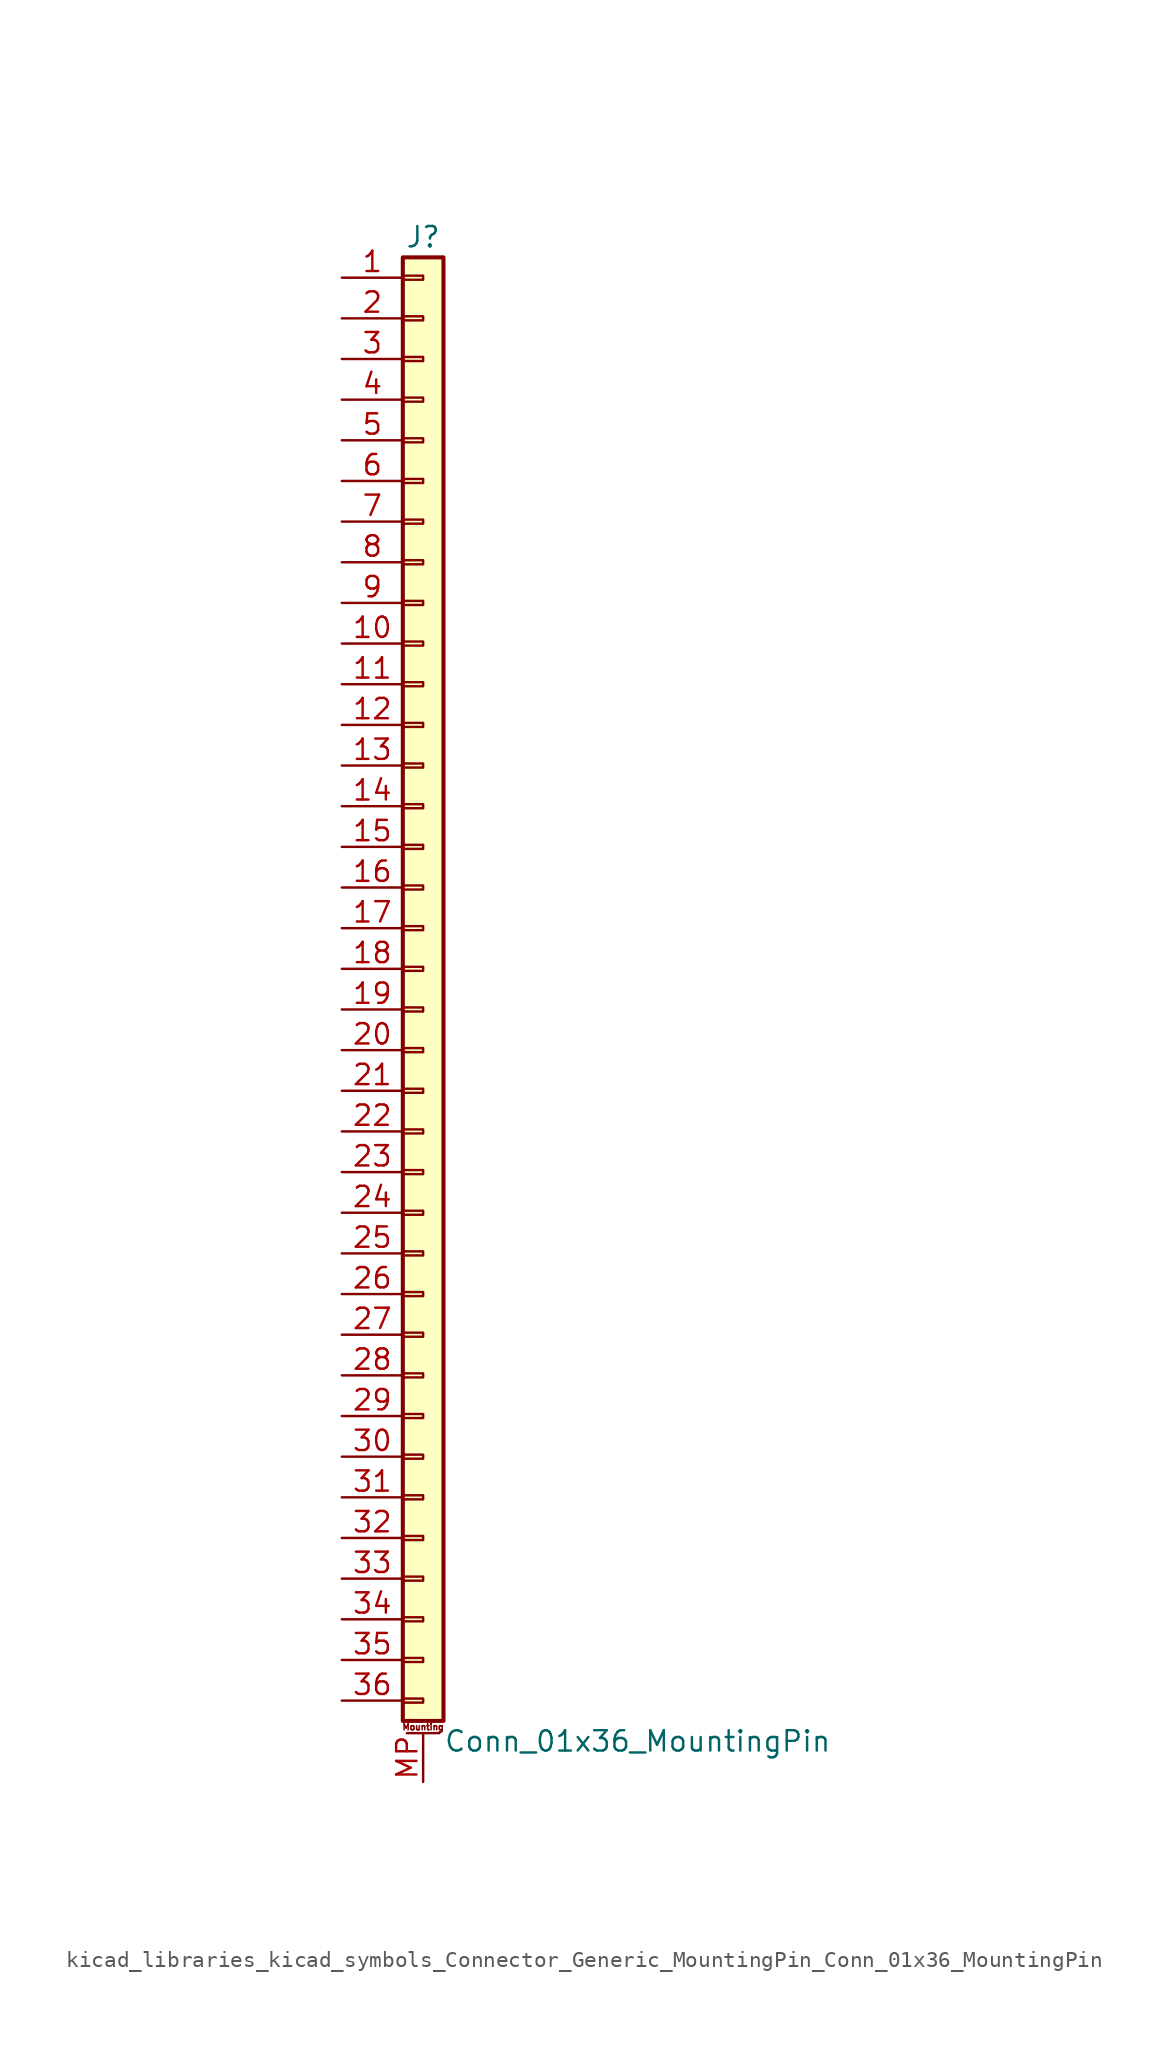
<source format=kicad_sym>
(kicad_symbol_lib
  (version 20220914)
  (generator kicad_symbol_editor)
  (symbol "kicad_libraries_kicad_symbols_Connector_Generic_MountingPin_Conn_01x36_MountingPin"
    (pin_names
      (offset 1.016) hide)
    (property "Reference" "J"
      (at 0 45.72 0)
      (effects (font (size 1.27 1.27))))
    (property "Value" "Conn_01x36_MountingPin"
      (at 1.27 -48.26 0)
      (effects (font (size 1.27 1.27)) (justify left)))
    (symbol "kicad_libraries_kicad_symbols_Connector_Generic_MountingPin_Conn_01x36_MountingPin_1_1"
      (rectangle (start -1.27 -45.593) (end 0 -45.847) (stroke (width 0.152) (type default)) (fill (type none)))
      (rectangle (start -1.27 -43.053) (end 0 -43.307) (stroke (width 0.152) (type default)) (fill (type none)))
      (rectangle (start -1.27 -40.513) (end 0 -40.767) (stroke (width 0.152) (type default)) (fill (type none)))
      (rectangle (start -1.27 -37.973) (end 0 -38.227) (stroke (width 0.152) (type default)) (fill (type none)))
      (rectangle (start -1.27 -35.433) (end 0 -35.687) (stroke (width 0.152) (type default)) (fill (type none)))
      (rectangle (start -1.27 -32.893) (end 0 -33.147) (stroke (width 0.152) (type default)) (fill (type none)))
      (rectangle (start -1.27 -30.353) (end 0 -30.607) (stroke (width 0.152) (type default)) (fill (type none)))
      (rectangle (start -1.27 -27.813) (end 0 -28.067) (stroke (width 0.152) (type default)) (fill (type none)))
      (rectangle (start -1.27 -25.273) (end 0 -25.527) (stroke (width 0.152) (type default)) (fill (type none)))
      (rectangle (start -1.27 -22.733) (end 0 -22.987) (stroke (width 0.152) (type default)) (fill (type none)))
      (rectangle (start -1.27 -20.193) (end 0 -20.447) (stroke (width 0.152) (type default)) (fill (type none)))
      (rectangle (start -1.27 -17.653) (end 0 -17.907) (stroke (width 0.152) (type default)) (fill (type none)))
      (rectangle (start -1.27 -15.113) (end 0 -15.367) (stroke (width 0.152) (type default)) (fill (type none)))
      (rectangle (start -1.27 -12.573) (end 0 -12.827) (stroke (width 0.152) (type default)) (fill (type none)))
      (rectangle (start -1.27 -10.033) (end 0 -10.287) (stroke (width 0.152) (type default)) (fill (type none)))
      (rectangle (start -1.27 -7.493) (end 0 -7.747) (stroke (width 0.152) (type default)) (fill (type none)))
      (rectangle (start -1.27 -4.953) (end 0 -5.207) (stroke (width 0.152) (type default)) (fill (type none)))
      (rectangle (start -1.27 -2.413) (end 0 -2.667) (stroke (width 0.152) (type default)) (fill (type none)))
      (rectangle (start -1.27 0.127) (end 0 -0.127) (stroke (width 0.152) (type default)) (fill (type none)))
      (rectangle (start -1.27 2.667) (end 0 2.413) (stroke (width 0.152) (type default)) (fill (type none)))
      (rectangle (start -1.27 5.207) (end 0 4.953) (stroke (width 0.152) (type default)) (fill (type none)))
      (rectangle (start -1.27 7.747) (end 0 7.493) (stroke (width 0.152) (type default)) (fill (type none)))
      (rectangle (start -1.27 10.287) (end 0 10.033) (stroke (width 0.152) (type default)) (fill (type none)))
      (rectangle (start -1.27 12.827) (end 0 12.573) (stroke (width 0.152) (type default)) (fill (type none)))
      (rectangle (start -1.27 15.367) (end 0 15.113) (stroke (width 0.152) (type default)) (fill (type none)))
      (rectangle (start -1.27 17.907) (end 0 17.653) (stroke (width 0.152) (type default)) (fill (type none)))
      (rectangle (start -1.27 20.447) (end 0 20.193) (stroke (width 0.152) (type default)) (fill (type none)))
      (rectangle (start -1.27 22.987) (end 0 22.733) (stroke (width 0.152) (type default)) (fill (type none)))
      (rectangle (start -1.27 25.527) (end 0 25.273) (stroke (width 0.152) (type default)) (fill (type none)))
      (rectangle (start -1.27 28.067) (end 0 27.813) (stroke (width 0.152) (type default)) (fill (type none)))
      (rectangle (start -1.27 30.607) (end 0 30.353) (stroke (width 0.152) (type default)) (fill (type none)))
      (rectangle (start -1.27 33.147) (end 0 32.893) (stroke (width 0.152) (type default)) (fill (type none)))
      (rectangle (start -1.27 35.687) (end 0 35.433) (stroke (width 0.152) (type default)) (fill (type none)))
      (rectangle (start -1.27 38.227) (end 0 37.973) (stroke (width 0.152) (type default)) (fill (type none)))
      (rectangle (start -1.27 40.767) (end 0 40.513) (stroke (width 0.152) (type default)) (fill (type none)))
      (rectangle (start -1.27 43.307) (end 0 43.053) (stroke (width 0.152) (type default)) (fill (type none)))
      (rectangle (start -1.27 44.45) (end 1.27 -46.99) (stroke (width 0.254) (type default)) (fill (type background)))
      (polyline (pts (xy -1.016 -47.752) (xy 1.016 -47.752)) (stroke (width 0.152) (type default)) (fill (type none)))
      (text "Mounting" (at 0 -47.371 0) (effects (font (size 0.381 0.381))))
      (pin passive line (at -5.08 43.18 0) (length 3.81) (name "Pin_1" (effects (font (size 1.27 1.27)))) (number "1" (effects (font (size 1.27 1.27)))))
      (pin passive line (at -5.08 20.32 0) (length 3.81) (name "Pin_10" (effects (font (size 1.27 1.27)))) (number "10" (effects (font (size 1.27 1.27)))))
      (pin passive line (at -5.08 17.78 0) (length 3.81) (name "Pin_11" (effects (font (size 1.27 1.27)))) (number "11" (effects (font (size 1.27 1.27)))))
      (pin passive line (at -5.08 15.24 0) (length 3.81) (name "Pin_12" (effects (font (size 1.27 1.27)))) (number "12" (effects (font (size 1.27 1.27)))))
      (pin passive line (at -5.08 12.7 0) (length 3.81) (name "Pin_13" (effects (font (size 1.27 1.27)))) (number "13" (effects (font (size 1.27 1.27)))))
      (pin passive line (at -5.08 10.16 0) (length 3.81) (name "Pin_14" (effects (font (size 1.27 1.27)))) (number "14" (effects (font (size 1.27 1.27)))))
      (pin passive line (at -5.08 7.62 0) (length 3.81) (name "Pin_15" (effects (font (size 1.27 1.27)))) (number "15" (effects (font (size 1.27 1.27)))))
      (pin passive line (at -5.08 5.08 0) (length 3.81) (name "Pin_16" (effects (font (size 1.27 1.27)))) (number "16" (effects (font (size 1.27 1.27)))))
      (pin passive line (at -5.08 2.54 0) (length 3.81) (name "Pin_17" (effects (font (size 1.27 1.27)))) (number "17" (effects (font (size 1.27 1.27)))))
      (pin passive line (at -5.08 0 0) (length 3.81) (name "Pin_18" (effects (font (size 1.27 1.27)))) (number "18" (effects (font (size 1.27 1.27)))))
      (pin passive line (at -5.08 -2.54 0) (length 3.81) (name "Pin_19" (effects (font (size 1.27 1.27)))) (number "19" (effects (font (size 1.27 1.27)))))
      (pin passive line (at -5.08 40.64 0) (length 3.81) (name "Pin_2" (effects (font (size 1.27 1.27)))) (number "2" (effects (font (size 1.27 1.27)))))
      (pin passive line (at -5.08 -5.08 0) (length 3.81) (name "Pin_20" (effects (font (size 1.27 1.27)))) (number "20" (effects (font (size 1.27 1.27)))))
      (pin passive line (at -5.08 -7.62 0) (length 3.81) (name "Pin_21" (effects (font (size 1.27 1.27)))) (number "21" (effects (font (size 1.27 1.27)))))
      (pin passive line (at -5.08 -10.16 0) (length 3.81) (name "Pin_22" (effects (font (size 1.27 1.27)))) (number "22" (effects (font (size 1.27 1.27)))))
      (pin passive line (at -5.08 -12.7 0) (length 3.81) (name "Pin_23" (effects (font (size 1.27 1.27)))) (number "23" (effects (font (size 1.27 1.27)))))
      (pin passive line (at -5.08 -15.24 0) (length 3.81) (name "Pin_24" (effects (font (size 1.27 1.27)))) (number "24" (effects (font (size 1.27 1.27)))))
      (pin passive line (at -5.08 -17.78 0) (length 3.81) (name "Pin_25" (effects (font (size 1.27 1.27)))) (number "25" (effects (font (size 1.27 1.27)))))
      (pin passive line (at -5.08 -20.32 0) (length 3.81) (name "Pin_26" (effects (font (size 1.27 1.27)))) (number "26" (effects (font (size 1.27 1.27)))))
      (pin passive line (at -5.08 -22.86 0) (length 3.81) (name "Pin_27" (effects (font (size 1.27 1.27)))) (number "27" (effects (font (size 1.27 1.27)))))
      (pin passive line (at -5.08 -25.4 0) (length 3.81) (name "Pin_28" (effects (font (size 1.27 1.27)))) (number "28" (effects (font (size 1.27 1.27)))))
      (pin passive line (at -5.08 -27.94 0) (length 3.81) (name "Pin_29" (effects (font (size 1.27 1.27)))) (number "29" (effects (font (size 1.27 1.27)))))
      (pin passive line (at -5.08 38.1 0) (length 3.81) (name "Pin_3" (effects (font (size 1.27 1.27)))) (number "3" (effects (font (size 1.27 1.27)))))
      (pin passive line (at -5.08 -30.48 0) (length 3.81) (name "Pin_30" (effects (font (size 1.27 1.27)))) (number "30" (effects (font (size 1.27 1.27)))))
      (pin passive line (at -5.08 -33.02 0) (length 3.81) (name "Pin_31" (effects (font (size 1.27 1.27)))) (number "31" (effects (font (size 1.27 1.27)))))
      (pin passive line (at -5.08 -35.56 0) (length 3.81) (name "Pin_32" (effects (font (size 1.27 1.27)))) (number "32" (effects (font (size 1.27 1.27)))))
      (pin passive line (at -5.08 -38.1 0) (length 3.81) (name "Pin_33" (effects (font (size 1.27 1.27)))) (number "33" (effects (font (size 1.27 1.27)))))
      (pin passive line (at -5.08 -40.64 0) (length 3.81) (name "Pin_34" (effects (font (size 1.27 1.27)))) (number "34" (effects (font (size 1.27 1.27)))))
      (pin passive line (at -5.08 -43.18 0) (length 3.81) (name "Pin_35" (effects (font (size 1.27 1.27)))) (number "35" (effects (font (size 1.27 1.27)))))
      (pin passive line (at -5.08 -45.72 0) (length 3.81) (name "Pin_36" (effects (font (size 1.27 1.27)))) (number "36" (effects (font (size 1.27 1.27)))))
      (pin passive line (at -5.08 35.56 0) (length 3.81) (name "Pin_4" (effects (font (size 1.27 1.27)))) (number "4" (effects (font (size 1.27 1.27)))))
      (pin passive line (at -5.08 33.02 0) (length 3.81) (name "Pin_5" (effects (font (size 1.27 1.27)))) (number "5" (effects (font (size 1.27 1.27)))))
      (pin passive line (at -5.08 30.48 0) (length 3.81) (name "Pin_6" (effects (font (size 1.27 1.27)))) (number "6" (effects (font (size 1.27 1.27)))))
      (pin passive line (at -5.08 27.94 0) (length 3.81) (name "Pin_7" (effects (font (size 1.27 1.27)))) (number "7" (effects (font (size 1.27 1.27)))))
      (pin passive line (at -5.08 25.4 0) (length 3.81) (name "Pin_8" (effects (font (size 1.27 1.27)))) (number "8" (effects (font (size 1.27 1.27)))))
      (pin passive line (at -5.08 22.86 0) (length 3.81) (name "Pin_9" (effects (font (size 1.27 1.27)))) (number "9" (effects (font (size 1.27 1.27)))))
      (pin passive line (at 0 -50.8 90) (length 3.048) (name "MountPin" (effects (font (size 1.27 1.27)))) (number "MP" (effects (font (size 1.27 1.27))))))))
</source>
